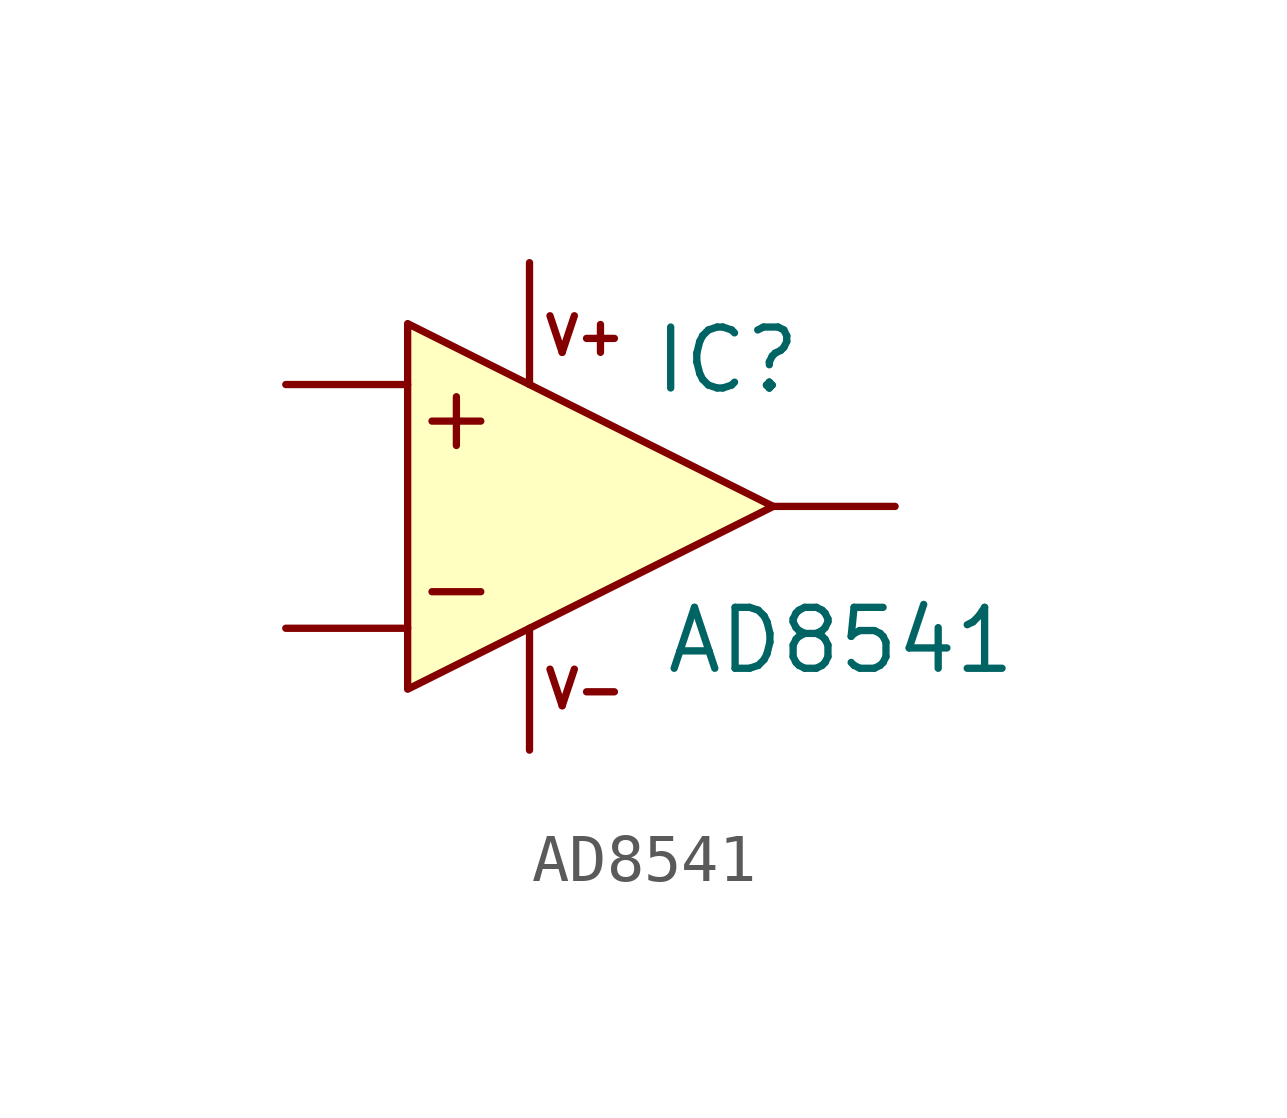
<source format=kicad_sym>
(kicad_symbol_lib
  (version 20211014)
  (generator kicad_symbol_editor)
  (symbol "AD8541"
    (pin_numbers hide)
    (pin_names
      (offset 1.016) hide)
    (property "Reference" "IC"
      (at 2.54 3.048 0)
      (effects (font (size 1.27 1.27)) (justify left)))
    (property "Value" "AD8541"
      (at 2.794 -2.794 0)
      (effects (font (size 1.27 1.27)) (justify left)))
    (symbol "AD8541_0_0"
      (text "V+" (at 0.254 3.556 0) (effects (font (size 0.762 0.762)) (justify left)))
      (text "V-" (at 0.254 -3.81 0) (effects (font (size 0.762 0.762)) (justify left))))
    (symbol "AD8541_0_1"
      (polyline (pts (xy -2.032 -1.778) (xy -1.016 -1.778)) (stroke (width 0) (type default) (color 0 0 0 0)) (fill (type none)))
      (polyline (pts (xy -2.032 1.778) (xy -1.016 1.778)) (stroke (width 0) (type default) (color 0 0 0 0)) (fill (type none)))
      (polyline (pts (xy -1.524 2.286) (xy -1.524 1.27)) (stroke (width 0) (type default) (color 0 0 0 0)) (fill (type none)))
      (polyline (pts (xy 5.08 0) (xy -2.54 3.81) (xy -2.54 -3.81) (xy 5.08 0)) (stroke (width 0) (type default) (color 0 0 0 0)) (fill (type background))))
    (symbol "AD8541_1_1"
      (pin output line (at 7.62 0 180) (length 2.54) (name "OUT" (effects (font (size 1.27 1.27)))) (number "1" (effects (font (size 1.27 1.27)))))
      (pin power_in line (at 0 -5.08 90) (length 2.54) (name "V-" (effects (font (size 1.27 1.27)))) (number "2" (effects (font (size 1.27 1.27)))))
      (pin input line (at -5.08 2.54 0) (length 2.54) (name "+" (effects (font (size 1.27 1.27)))) (number "3" (effects (font (size 1.27 1.27)))))
      (pin input line (at -5.08 -2.54 0) (length 2.54) (name "-" (effects (font (size 1.27 1.27)))) (number "4" (effects (font (size 1.27 1.27)))))
      (pin power_in line (at 0 5.08 270) (length 2.54) (name "V+" (effects (font (size 1.27 1.27)))) (number "5" (effects (font (size 1.27 1.27))))))))
</source>
